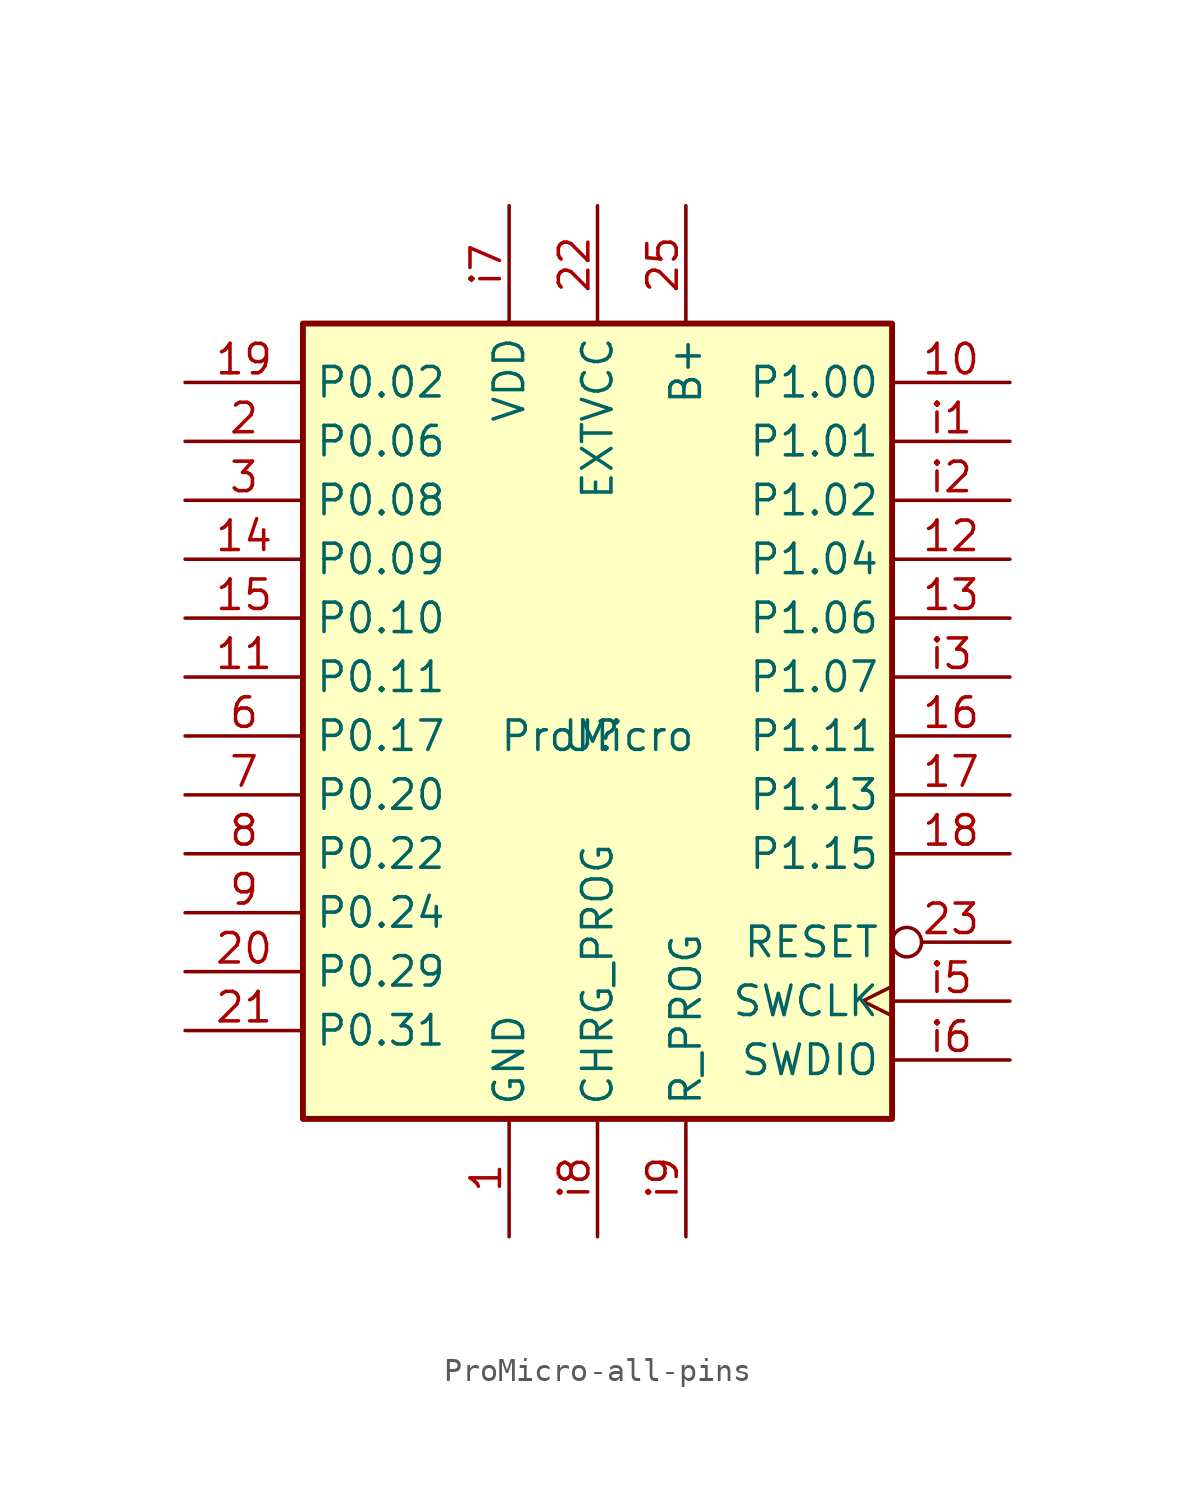
<source format=kicad_sym>
(kicad_symbol_lib
  (version 20241209)
  (generator "kicad_symbol_editor")
  (generator_version "9.0")
  (symbol "ProMicro-all-pins"
    (property "Reference" "U"
      (at -0.254 0 0)
      (effects (font (size 1.27 1.27))))
    (property "Value" "ProMicro"
      (at 0 0 0)
      (effects (font (size 1.27 1.27))))
    (symbol "ProMicro-all-pins_1_0"
      (pin bidirectional line (at -17.78 15.24 0) (length 5.08) (name "P0.02" (effects (font (size 1.27 1.27)))) (number "19" (effects (font (size 1.27 1.27)))))
      (pin output line (at -17.78 12.7 0) (length 5.08) (name "P0.06" (effects (font (size 1.27 1.27)))) (number "2" (effects (font (size 1.27 1.27)))))
      (pin input line (at -17.78 10.16 0) (length 5.08) (name "P0.08" (effects (font (size 1.27 1.27)))) (number "3" (effects (font (size 1.27 1.27)))))
      (pin bidirectional line (at -17.78 7.62 0) (length 5.08) (name "P0.09" (effects (font (size 1.27 1.27)))) (number "14" (effects (font (size 1.27 1.27)))))
      (pin bidirectional line (at -17.78 5.08 0) (length 5.08) (name "P0.10" (effects (font (size 1.27 1.27)))) (number "15" (effects (font (size 1.27 1.27)))))
      (pin bidirectional line (at -17.78 2.54 0) (length 5.08) (name "P0.11" (effects (font (size 1.27 1.27)))) (number "11" (effects (font (size 1.27 1.27)))))
      (pin bidirectional line (at -17.78 0 0) (length 5.08) (name "P0.17" (effects (font (size 1.27 1.27)))) (number "6" (effects (font (size 1.27 1.27)))))
      (pin bidirectional line (at -17.78 -2.54 0) (length 5.08) (name "P0.20" (effects (font (size 1.27 1.27)))) (number "7" (effects (font (size 1.27 1.27)))))
      (pin bidirectional line (at -17.78 -5.08 0) (length 5.08) (name "P0.22" (effects (font (size 1.27 1.27)))) (number "8" (effects (font (size 1.27 1.27)))))
      (pin bidirectional line (at -17.78 -7.62 0) (length 5.08) (name "P0.24" (effects (font (size 1.27 1.27)))) (number "9" (effects (font (size 1.27 1.27)))))
      (pin bidirectional line (at -17.78 -10.16 0) (length 5.08) (name "P0.29" (effects (font (size 1.27 1.27)))) (number "20" (effects (font (size 1.27 1.27)))))
      (pin bidirectional line (at -17.78 -12.7 0) (length 5.08) (name "P0.31" (effects (font (size 1.27 1.27)))) (number "21" (effects (font (size 1.27 1.27)))))
      (pin power_in line (at -3.81 22.86 270) (length 5.08) (name "VDD" (effects (font (size 1.27 1.27)))) (number "i7" (effects (font (size 1.27 1.27)))))
      (pin power_in line (at -3.81 -21.59 90) (length 5.08) (name "GND" (effects (font (size 1.27 1.27)))) (number "1" (effects (font (size 1.27 1.27)))))
      (pin power_out line (at 0 22.86 270) (length 5.08) (name "EXTVCC" (effects (font (size 1.27 1.27)))) (number "22" (effects (font (size 1.27 1.27)))))
      (pin bidirectional line (at 0 -21.59 90) (length 5.08) (name "CHRG_PROG" (effects (font (size 1.27 1.27)))) (number "i8" (effects (font (size 1.27 1.27)))))
      (pin bidirectional line (at 3.81 22.86 270) (length 5.08) (name "B+" (effects (font (size 1.27 1.27)))) (number "25" (effects (font (size 1.27 1.27)))))
      (pin bidirectional line (at 3.81 -21.59 90) (length 5.08) (name "R_PROG" (effects (font (size 1.27 1.27)))) (number "i9" (effects (font (size 1.27 1.27)))))
      (pin bidirectional line (at 17.78 15.24 180) (length 5.08) (name "P1.00" (effects (font (size 1.27 1.27)))) (number "10" (effects (font (size 1.27 1.27)))))
      (pin bidirectional line (at 17.78 12.7 180) (length 5.08) (name "P1.01" (effects (font (size 1.27 1.27)))) (number "i1" (effects (font (size 1.27 1.27)))))
      (pin bidirectional line (at 17.78 10.16 180) (length 5.08) (name "P1.02" (effects (font (size 1.27 1.27)))) (number "i2" (effects (font (size 1.27 1.27)))))
      (pin bidirectional line (at 17.78 7.62 180) (length 5.08) (name "P1.04" (effects (font (size 1.27 1.27)))) (number "12" (effects (font (size 1.27 1.27)))))
      (pin bidirectional line (at 17.78 5.08 180) (length 5.08) (name "P1.06" (effects (font (size 1.27 1.27)))) (number "13" (effects (font (size 1.27 1.27)))))
      (pin bidirectional line (at 17.78 2.54 180) (length 5.08) (name "P1.07" (effects (font (size 1.27 1.27)))) (number "i3" (effects (font (size 1.27 1.27)))))
      (pin bidirectional line (at 17.78 0 180) (length 5.08) (name "P1.11" (effects (font (size 1.27 1.27)))) (number "16" (effects (font (size 1.27 1.27)))))
      (pin bidirectional line (at 17.78 -2.54 180) (length 5.08) (name "P1.13" (effects (font (size 1.27 1.27)))) (number "17" (effects (font (size 1.27 1.27)))))
      (pin bidirectional line (at 17.78 -5.08 180) (length 5.08) (name "P1.15" (effects (font (size 1.27 1.27)))) (number "18" (effects (font (size 1.27 1.27)))))
      (pin input inverted (at 17.78 -8.89 180) (length 5.08) (name "RESET" (effects (font (size 1.27 1.27)))) (number "23" (effects (font (size 1.27 1.27)))))
      (pin input clock (at 17.78 -11.43 180) (length 5.08) (name "SWCLK" (effects (font (size 1.27 1.27)))) (number "i5" (effects (font (size 1.27 1.27)))))
      (pin bidirectional line (at 17.78 -13.97 180) (length 5.08) (name "SWDIO" (effects (font (size 1.27 1.27)))) (number "i6" (effects (font (size 1.27 1.27))))))
    (symbol "ProMicro-all-pins_1_1"
      (rectangle (start -12.7 17.78) (end 12.7 -16.51) (stroke (width 0.254) (type default)) (fill (type background))))))
</source>
